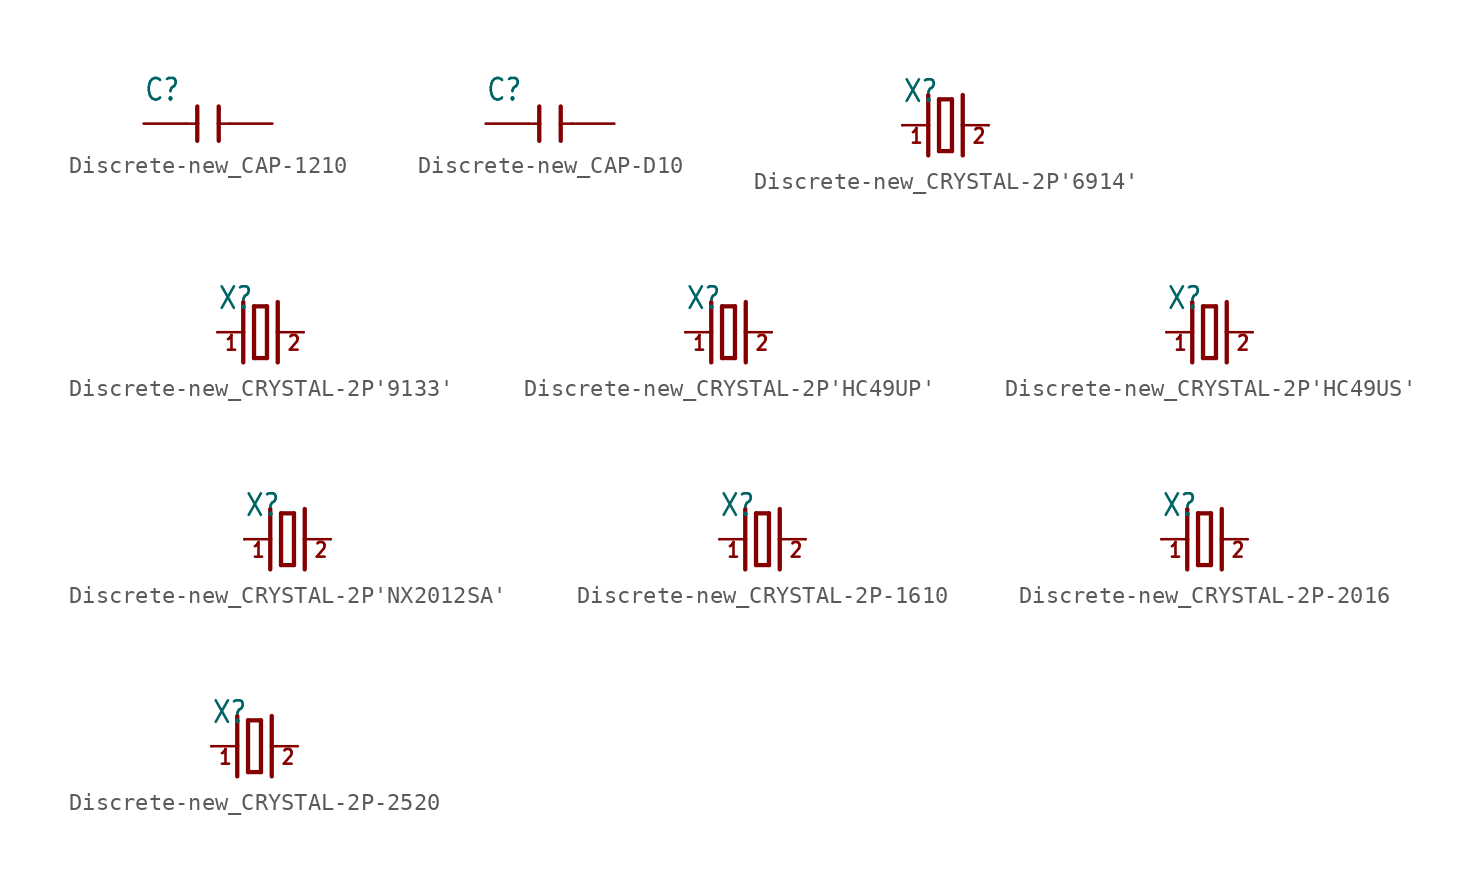
<source format=kicad_sym>
(kicad_symbol_lib
  (version 20231120)
  (generator "kicad_symbol_editor")
  (generator_version "8.0")
  (symbol "Discrete-new_CAP-1210"
    (property "Reference" "C"
      (at -3.81 1.27 0)
      (effects (font (size 1.27 1.079)) (justify left bottom)))
    (property "Value" ""
      (at -3.81 0 0)
      (effects (font (size 1.27 1.079)) (justify left bottom)))
    (property "ki_locked" ""
      (at 0 0 0)
      (effects (font (size 1.27 1.27))))
    (symbol "Discrete-new_CAP-1210_1_0"
      (polyline (pts (xy -1.27 0) (xy -0.635 0)) (stroke (width 0.152) (type solid)) (fill (type none)))
      (polyline (pts (xy -0.635 -1.016) (xy -0.635 0)) (stroke (width 0.254) (type solid)) (fill (type none)))
      (polyline (pts (xy -0.635 0) (xy -0.635 1.016)) (stroke (width 0.254) (type solid)) (fill (type none)))
      (polyline (pts (xy 0.635 0) (xy 0.635 -1.016)) (stroke (width 0.254) (type solid)) (fill (type none)))
      (polyline (pts (xy 0.635 0) (xy 1.27 0)) (stroke (width 0.152) (type solid)) (fill (type none)))
      (polyline (pts (xy 0.635 1.016) (xy 0.635 0)) (stroke (width 0.254) (type solid)) (fill (type none)))
      (pin passive line (at -3.81 0 0) (length 2.54) (name "1" (effects (font (size 0 0)))) (number "1" (effects (font (size 0 0)))))
      (pin passive line (at 3.81 0 180) (length 2.54) (name "2" (effects (font (size 0 0)))) (number "2" (effects (font (size 0 0)))))))
  (symbol "Discrete-new_CAP-D10"
    (property "Reference" "C"
      (at -3.81 1.27 0)
      (effects (font (size 1.27 1.079)) (justify left bottom)))
    (property "Value" ""
      (at -3.81 0 0)
      (effects (font (size 1.27 1.079)) (justify left bottom)))
    (property "ki_locked" ""
      (at 0 0 0)
      (effects (font (size 1.27 1.27))))
    (symbol "Discrete-new_CAP-D10_1_0"
      (polyline (pts (xy -1.27 0) (xy -0.635 0)) (stroke (width 0.152) (type solid)) (fill (type none)))
      (polyline (pts (xy -0.635 -1.016) (xy -0.635 0)) (stroke (width 0.254) (type solid)) (fill (type none)))
      (polyline (pts (xy -0.635 0) (xy -0.635 1.016)) (stroke (width 0.254) (type solid)) (fill (type none)))
      (polyline (pts (xy 0.635 0) (xy 0.635 -1.016)) (stroke (width 0.254) (type solid)) (fill (type none)))
      (polyline (pts (xy 0.635 0) (xy 1.27 0)) (stroke (width 0.152) (type solid)) (fill (type none)))
      (polyline (pts (xy 0.635 1.016) (xy 0.635 0)) (stroke (width 0.254) (type solid)) (fill (type none)))
      (pin passive line (at -3.81 0 0) (length 2.54) (name "1" (effects (font (size 0 0)))) (number "1" (effects (font (size 0 0)))))
      (pin passive line (at 3.81 0 180) (length 2.54) (name "2" (effects (font (size 0 0)))) (number "2" (effects (font (size 0 0)))))))
  (symbol "Discrete-new_CRYSTAL-2P'6914'"
    (property "Reference" "X"
      (at -2.54 1.27 0)
      (effects (font (size 1.27 1.079)) (justify left bottom)))
    (property "Value" ""
      (at -2.54 0 0)
      (effects (font (size 1.27 1.079)) (justify left bottom)))
    (property "ki_locked" ""
      (at 0 0 0)
      (effects (font (size 1.27 1.27))))
    (symbol "Discrete-new_CRYSTAL-2P'6914'_1_0"
      (polyline (pts (xy -1.016 0) (xy -2.54 0)) (stroke (width 0.152) (type solid)) (fill (type none)))
      (polyline (pts (xy -1.016 0) (xy -1.016 -1.778)) (stroke (width 0.254) (type solid)) (fill (type none)))
      (polyline (pts (xy -1.016 1.778) (xy -1.016 0)) (stroke (width 0.254) (type solid)) (fill (type none)))
      (polyline (pts (xy -0.381 -1.524) (xy 0.381 -1.524)) (stroke (width 0.254) (type solid)) (fill (type none)))
      (polyline (pts (xy -0.381 1.524) (xy -0.381 -1.524)) (stroke (width 0.254) (type solid)) (fill (type none)))
      (polyline (pts (xy 0.381 -1.524) (xy 0.381 1.524)) (stroke (width 0.254) (type solid)) (fill (type none)))
      (polyline (pts (xy 0.381 1.524) (xy -0.381 1.524)) (stroke (width 0.254) (type solid)) (fill (type none)))
      (polyline (pts (xy 1.016 0) (xy 1.016 -1.778)) (stroke (width 0.254) (type solid)) (fill (type none)))
      (polyline (pts (xy 1.016 0) (xy 2.54 0)) (stroke (width 0.152) (type solid)) (fill (type none)))
      (polyline (pts (xy 1.016 1.778) (xy 1.016 0)) (stroke (width 0.254) (type solid)) (fill (type none)))
      (text "1" (at -2.159 -1.143 0) (effects (font (size 0.864 0.734)) (justify left bottom)))
      (text "2" (at 1.524 -1.143 0) (effects (font (size 0.864 0.734)) (justify left bottom)))
      (pin passive line (at -2.54 0 0) (length 0) (name "1" (effects (font (size 0 0)))) (number "1" (effects (font (size 0 0)))))
      (pin passive line (at 2.54 0 180) (length 0) (name "2" (effects (font (size 0 0)))) (number "4" (effects (font (size 0 0)))))))
  (symbol "Discrete-new_CRYSTAL-2P'9133'"
    (property "Reference" "X"
      (at -2.54 1.27 0)
      (effects (font (size 1.27 1.079)) (justify left bottom)))
    (property "Value" ""
      (at -2.54 0 0)
      (effects (font (size 1.27 1.079)) (justify left bottom)))
    (property "ki_locked" ""
      (at 0 0 0)
      (effects (font (size 1.27 1.27))))
    (symbol "Discrete-new_CRYSTAL-2P'9133'_1_0"
      (polyline (pts (xy -1.016 0) (xy -2.54 0)) (stroke (width 0.152) (type solid)) (fill (type none)))
      (polyline (pts (xy -1.016 0) (xy -1.016 -1.778)) (stroke (width 0.254) (type solid)) (fill (type none)))
      (polyline (pts (xy -1.016 1.778) (xy -1.016 0)) (stroke (width 0.254) (type solid)) (fill (type none)))
      (polyline (pts (xy -0.381 -1.524) (xy 0.381 -1.524)) (stroke (width 0.254) (type solid)) (fill (type none)))
      (polyline (pts (xy -0.381 1.524) (xy -0.381 -1.524)) (stroke (width 0.254) (type solid)) (fill (type none)))
      (polyline (pts (xy 0.381 -1.524) (xy 0.381 1.524)) (stroke (width 0.254) (type solid)) (fill (type none)))
      (polyline (pts (xy 0.381 1.524) (xy -0.381 1.524)) (stroke (width 0.254) (type solid)) (fill (type none)))
      (polyline (pts (xy 1.016 0) (xy 1.016 -1.778)) (stroke (width 0.254) (type solid)) (fill (type none)))
      (polyline (pts (xy 1.016 0) (xy 2.54 0)) (stroke (width 0.152) (type solid)) (fill (type none)))
      (polyline (pts (xy 1.016 1.778) (xy 1.016 0)) (stroke (width 0.254) (type solid)) (fill (type none)))
      (text "1" (at -2.159 -1.143 0) (effects (font (size 0.864 0.734)) (justify left bottom)))
      (text "2" (at 1.524 -1.143 0) (effects (font (size 0.864 0.734)) (justify left bottom)))
      (pin passive line (at -2.54 0 0) (length 0) (name "1" (effects (font (size 0 0)))) (number "1" (effects (font (size 0 0)))))
      (pin passive line (at 2.54 0 180) (length 0) (name "2" (effects (font (size 0 0)))) (number "2" (effects (font (size 0 0)))))))
  (symbol "Discrete-new_CRYSTAL-2P'HC49UP'"
    (property "Reference" "X"
      (at -2.54 1.27 0)
      (effects (font (size 1.27 1.079)) (justify left bottom)))
    (property "Value" ""
      (at -2.54 0 0)
      (effects (font (size 1.27 1.079)) (justify left bottom)))
    (property "ki_locked" ""
      (at 0 0 0)
      (effects (font (size 1.27 1.27))))
    (symbol "Discrete-new_CRYSTAL-2P'HC49UP'_1_0"
      (polyline (pts (xy -1.016 0) (xy -2.54 0)) (stroke (width 0.152) (type solid)) (fill (type none)))
      (polyline (pts (xy -1.016 0) (xy -1.016 -1.778)) (stroke (width 0.254) (type solid)) (fill (type none)))
      (polyline (pts (xy -1.016 1.778) (xy -1.016 0)) (stroke (width 0.254) (type solid)) (fill (type none)))
      (polyline (pts (xy -0.381 -1.524) (xy 0.381 -1.524)) (stroke (width 0.254) (type solid)) (fill (type none)))
      (polyline (pts (xy -0.381 1.524) (xy -0.381 -1.524)) (stroke (width 0.254) (type solid)) (fill (type none)))
      (polyline (pts (xy 0.381 -1.524) (xy 0.381 1.524)) (stroke (width 0.254) (type solid)) (fill (type none)))
      (polyline (pts (xy 0.381 1.524) (xy -0.381 1.524)) (stroke (width 0.254) (type solid)) (fill (type none)))
      (polyline (pts (xy 1.016 0) (xy 1.016 -1.778)) (stroke (width 0.254) (type solid)) (fill (type none)))
      (polyline (pts (xy 1.016 0) (xy 2.54 0)) (stroke (width 0.152) (type solid)) (fill (type none)))
      (polyline (pts (xy 1.016 1.778) (xy 1.016 0)) (stroke (width 0.254) (type solid)) (fill (type none)))
      (text "1" (at -2.159 -1.143 0) (effects (font (size 0.864 0.734)) (justify left bottom)))
      (text "2" (at 1.524 -1.143 0) (effects (font (size 0.864 0.734)) (justify left bottom)))
      (pin passive line (at -2.54 0 0) (length 0) (name "1" (effects (font (size 0 0)))) (number "1" (effects (font (size 0 0)))))
      (pin passive line (at 2.54 0 180) (length 0) (name "2" (effects (font (size 0 0)))) (number "2" (effects (font (size 0 0)))))))
  (symbol "Discrete-new_CRYSTAL-2P'HC49US'"
    (property "Reference" "X"
      (at -2.54 1.27 0)
      (effects (font (size 1.27 1.079)) (justify left bottom)))
    (property "Value" ""
      (at -2.54 0 0)
      (effects (font (size 1.27 1.079)) (justify left bottom)))
    (property "ki_locked" ""
      (at 0 0 0)
      (effects (font (size 1.27 1.27))))
    (symbol "Discrete-new_CRYSTAL-2P'HC49US'_1_0"
      (polyline (pts (xy -1.016 0) (xy -2.54 0)) (stroke (width 0.152) (type solid)) (fill (type none)))
      (polyline (pts (xy -1.016 0) (xy -1.016 -1.778)) (stroke (width 0.254) (type solid)) (fill (type none)))
      (polyline (pts (xy -1.016 1.778) (xy -1.016 0)) (stroke (width 0.254) (type solid)) (fill (type none)))
      (polyline (pts (xy -0.381 -1.524) (xy 0.381 -1.524)) (stroke (width 0.254) (type solid)) (fill (type none)))
      (polyline (pts (xy -0.381 1.524) (xy -0.381 -1.524)) (stroke (width 0.254) (type solid)) (fill (type none)))
      (polyline (pts (xy 0.381 -1.524) (xy 0.381 1.524)) (stroke (width 0.254) (type solid)) (fill (type none)))
      (polyline (pts (xy 0.381 1.524) (xy -0.381 1.524)) (stroke (width 0.254) (type solid)) (fill (type none)))
      (polyline (pts (xy 1.016 0) (xy 1.016 -1.778)) (stroke (width 0.254) (type solid)) (fill (type none)))
      (polyline (pts (xy 1.016 0) (xy 2.54 0)) (stroke (width 0.152) (type solid)) (fill (type none)))
      (polyline (pts (xy 1.016 1.778) (xy 1.016 0)) (stroke (width 0.254) (type solid)) (fill (type none)))
      (text "1" (at -2.159 -1.143 0) (effects (font (size 0.864 0.734)) (justify left bottom)))
      (text "2" (at 1.524 -1.143 0) (effects (font (size 0.864 0.734)) (justify left bottom)))
      (pin passive line (at -2.54 0 0) (length 0) (name "1" (effects (font (size 0 0)))) (number "1" (effects (font (size 0 0)))))
      (pin passive line (at 2.54 0 180) (length 0) (name "2" (effects (font (size 0 0)))) (number "2" (effects (font (size 0 0)))))))
  (symbol "Discrete-new_CRYSTAL-2P'NX2012SA'"
    (property "Reference" "X"
      (at -2.54 1.27 0)
      (effects (font (size 1.27 1.079)) (justify left bottom)))
    (property "Value" ""
      (at -2.54 0 0)
      (effects (font (size 1.27 1.079)) (justify left bottom)))
    (property "ki_locked" ""
      (at 0 0 0)
      (effects (font (size 1.27 1.27))))
    (symbol "Discrete-new_CRYSTAL-2P'NX2012SA'_1_0"
      (polyline (pts (xy -1.016 0) (xy -2.54 0)) (stroke (width 0.152) (type solid)) (fill (type none)))
      (polyline (pts (xy -1.016 0) (xy -1.016 -1.778)) (stroke (width 0.254) (type solid)) (fill (type none)))
      (polyline (pts (xy -1.016 1.778) (xy -1.016 0)) (stroke (width 0.254) (type solid)) (fill (type none)))
      (polyline (pts (xy -0.381 -1.524) (xy 0.381 -1.524)) (stroke (width 0.254) (type solid)) (fill (type none)))
      (polyline (pts (xy -0.381 1.524) (xy -0.381 -1.524)) (stroke (width 0.254) (type solid)) (fill (type none)))
      (polyline (pts (xy 0.381 -1.524) (xy 0.381 1.524)) (stroke (width 0.254) (type solid)) (fill (type none)))
      (polyline (pts (xy 0.381 1.524) (xy -0.381 1.524)) (stroke (width 0.254) (type solid)) (fill (type none)))
      (polyline (pts (xy 1.016 0) (xy 1.016 -1.778)) (stroke (width 0.254) (type solid)) (fill (type none)))
      (polyline (pts (xy 1.016 0) (xy 2.54 0)) (stroke (width 0.152) (type solid)) (fill (type none)))
      (polyline (pts (xy 1.016 1.778) (xy 1.016 0)) (stroke (width 0.254) (type solid)) (fill (type none)))
      (text "1" (at -2.159 -1.143 0) (effects (font (size 0.864 0.734)) (justify left bottom)))
      (text "2" (at 1.524 -1.143 0) (effects (font (size 0.864 0.734)) (justify left bottom)))
      (pin passive line (at -2.54 0 0) (length 0) (name "1" (effects (font (size 0 0)))) (number "1" (effects (font (size 0 0)))))
      (pin passive line (at 2.54 0 180) (length 0) (name "2" (effects (font (size 0 0)))) (number "2" (effects (font (size 0 0)))))))
  (symbol "Discrete-new_CRYSTAL-2P-1610"
    (property "Reference" "X"
      (at -2.54 1.27 0)
      (effects (font (size 1.27 1.079)) (justify left bottom)))
    (property "Value" ""
      (at -2.54 0 0)
      (effects (font (size 1.27 1.079)) (justify left bottom)))
    (property "ki_locked" ""
      (at 0 0 0)
      (effects (font (size 1.27 1.27))))
    (symbol "Discrete-new_CRYSTAL-2P-1610_1_0"
      (polyline (pts (xy -1.016 0) (xy -2.54 0)) (stroke (width 0.152) (type solid)) (fill (type none)))
      (polyline (pts (xy -1.016 0) (xy -1.016 -1.778)) (stroke (width 0.254) (type solid)) (fill (type none)))
      (polyline (pts (xy -1.016 1.778) (xy -1.016 0)) (stroke (width 0.254) (type solid)) (fill (type none)))
      (polyline (pts (xy -0.381 -1.524) (xy 0.381 -1.524)) (stroke (width 0.254) (type solid)) (fill (type none)))
      (polyline (pts (xy -0.381 1.524) (xy -0.381 -1.524)) (stroke (width 0.254) (type solid)) (fill (type none)))
      (polyline (pts (xy 0.381 -1.524) (xy 0.381 1.524)) (stroke (width 0.254) (type solid)) (fill (type none)))
      (polyline (pts (xy 0.381 1.524) (xy -0.381 1.524)) (stroke (width 0.254) (type solid)) (fill (type none)))
      (polyline (pts (xy 1.016 0) (xy 1.016 -1.778)) (stroke (width 0.254) (type solid)) (fill (type none)))
      (polyline (pts (xy 1.016 0) (xy 2.54 0)) (stroke (width 0.152) (type solid)) (fill (type none)))
      (polyline (pts (xy 1.016 1.778) (xy 1.016 0)) (stroke (width 0.254) (type solid)) (fill (type none)))
      (text "1" (at -2.159 -1.143 0) (effects (font (size 0.864 0.734)) (justify left bottom)))
      (text "2" (at 1.524 -1.143 0) (effects (font (size 0.864 0.734)) (justify left bottom)))
      (pin passive line (at -2.54 0 0) (length 0) (name "1" (effects (font (size 0 0)))) (number "1" (effects (font (size 0 0)))))
      (pin passive line (at 2.54 0 180) (length 0) (name "2" (effects (font (size 0 0)))) (number "2" (effects (font (size 0 0)))))))
  (symbol "Discrete-new_CRYSTAL-2P-2016"
    (property "Reference" "X"
      (at -2.54 1.27 0)
      (effects (font (size 1.27 1.079)) (justify left bottom)))
    (property "Value" ""
      (at -2.54 0 0)
      (effects (font (size 1.27 1.079)) (justify left bottom)))
    (property "ki_locked" ""
      (at 0 0 0)
      (effects (font (size 1.27 1.27))))
    (symbol "Discrete-new_CRYSTAL-2P-2016_1_0"
      (polyline (pts (xy -1.016 0) (xy -2.54 0)) (stroke (width 0.152) (type solid)) (fill (type none)))
      (polyline (pts (xy -1.016 0) (xy -1.016 -1.778)) (stroke (width 0.254) (type solid)) (fill (type none)))
      (polyline (pts (xy -1.016 1.778) (xy -1.016 0)) (stroke (width 0.254) (type solid)) (fill (type none)))
      (polyline (pts (xy -0.381 -1.524) (xy 0.381 -1.524)) (stroke (width 0.254) (type solid)) (fill (type none)))
      (polyline (pts (xy -0.381 1.524) (xy -0.381 -1.524)) (stroke (width 0.254) (type solid)) (fill (type none)))
      (polyline (pts (xy 0.381 -1.524) (xy 0.381 1.524)) (stroke (width 0.254) (type solid)) (fill (type none)))
      (polyline (pts (xy 0.381 1.524) (xy -0.381 1.524)) (stroke (width 0.254) (type solid)) (fill (type none)))
      (polyline (pts (xy 1.016 0) (xy 1.016 -1.778)) (stroke (width 0.254) (type solid)) (fill (type none)))
      (polyline (pts (xy 1.016 0) (xy 2.54 0)) (stroke (width 0.152) (type solid)) (fill (type none)))
      (polyline (pts (xy 1.016 1.778) (xy 1.016 0)) (stroke (width 0.254) (type solid)) (fill (type none)))
      (text "1" (at -2.159 -1.143 0) (effects (font (size 0.864 0.734)) (justify left bottom)))
      (text "2" (at 1.524 -1.143 0) (effects (font (size 0.864 0.734)) (justify left bottom)))
      (pin passive line (at -2.54 0 0) (length 0) (name "1" (effects (font (size 0 0)))) (number "1" (effects (font (size 0 0)))))
      (pin passive line (at 2.54 0 180) (length 0) (name "2" (effects (font (size 0 0)))) (number "3" (effects (font (size 0 0)))))))
  (symbol "Discrete-new_CRYSTAL-2P-2520"
    (property "Reference" "X"
      (at -2.54 1.27 0)
      (effects (font (size 1.27 1.079)) (justify left bottom)))
    (property "Value" ""
      (at -2.54 0 0)
      (effects (font (size 1.27 1.079)) (justify left bottom)))
    (property "ki_locked" ""
      (at 0 0 0)
      (effects (font (size 1.27 1.27))))
    (symbol "Discrete-new_CRYSTAL-2P-2520_1_0"
      (polyline (pts (xy -1.016 0) (xy -2.54 0)) (stroke (width 0.152) (type solid)) (fill (type none)))
      (polyline (pts (xy -1.016 0) (xy -1.016 -1.778)) (stroke (width 0.254) (type solid)) (fill (type none)))
      (polyline (pts (xy -1.016 1.778) (xy -1.016 0)) (stroke (width 0.254) (type solid)) (fill (type none)))
      (polyline (pts (xy -0.381 -1.524) (xy 0.381 -1.524)) (stroke (width 0.254) (type solid)) (fill (type none)))
      (polyline (pts (xy -0.381 1.524) (xy -0.381 -1.524)) (stroke (width 0.254) (type solid)) (fill (type none)))
      (polyline (pts (xy 0.381 -1.524) (xy 0.381 1.524)) (stroke (width 0.254) (type solid)) (fill (type none)))
      (polyline (pts (xy 0.381 1.524) (xy -0.381 1.524)) (stroke (width 0.254) (type solid)) (fill (type none)))
      (polyline (pts (xy 1.016 0) (xy 1.016 -1.778)) (stroke (width 0.254) (type solid)) (fill (type none)))
      (polyline (pts (xy 1.016 0) (xy 2.54 0)) (stroke (width 0.152) (type solid)) (fill (type none)))
      (polyline (pts (xy 1.016 1.778) (xy 1.016 0)) (stroke (width 0.254) (type solid)) (fill (type none)))
      (text "1" (at -2.159 -1.143 0) (effects (font (size 0.864 0.734)) (justify left bottom)))
      (text "2" (at 1.524 -1.143 0) (effects (font (size 0.864 0.734)) (justify left bottom)))
      (pin passive line (at -2.54 0 0) (length 0) (name "1" (effects (font (size 0 0)))) (number "1" (effects (font (size 0 0)))))
      (pin passive line (at 2.54 0 180) (length 0) (name "2" (effects (font (size 0 0)))) (number "3" (effects (font (size 0 0))))))))
</source>
